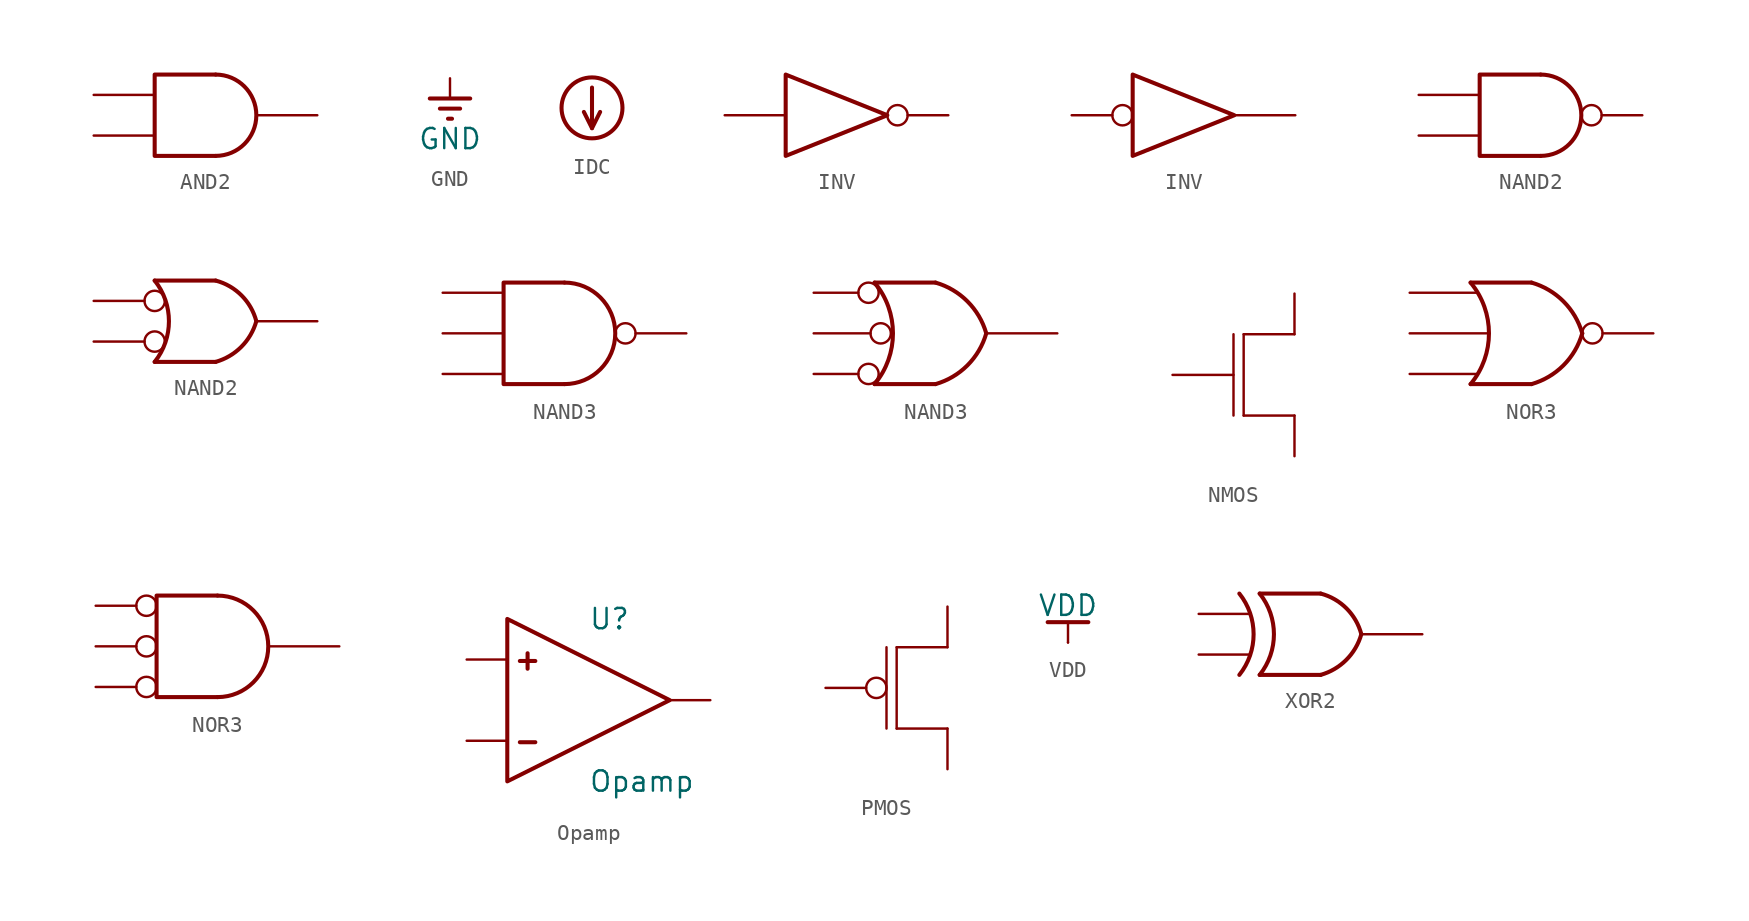
<source format=kicad_sym>
(kicad_symbol_lib
  (version 20211014)
  (generator kicad_symbol_editor)
  (symbol "AND2"
    (pin_numbers hide)
    (pin_names
      (offset 1.016) hide)
    (property "Reference" "U"
      (at -2.54 3.81 0)
      (effects (font (size 1.27 1.27)) hide))
    (symbol "AND2_0_1"
      (arc (start 0 -2.54) (mid 2.54 0) (end 0 2.54) (stroke (width 0.254) (type default) (color 0 0 0 0)) (fill (type none)))
      (polyline (pts (xy 0 -2.54) (xy -3.81 -2.54) (xy -3.81 2.54) (xy 0 2.54)) (stroke (width 0.254) (type default) (color 0 0 0 0)) (fill (type none))))
    (symbol "AND2_1_1"
      (pin input line (at -7.62 1.27 0) (length 3.81) (name "~" (effects (font (size 1.016 1.016)))) (number "1" (effects (font (size 1.016 1.016)))))
      (pin input line (at -7.62 -1.27 0) (length 3.81) (name "~" (effects (font (size 1.016 1.016)))) (number "2" (effects (font (size 1.016 1.016)))))
      (pin output line (at 6.35 0 180) (length 3.81) (name "~" (effects (font (size 1.016 1.016)))) (number "4" (effects (font (size 1.016 1.016)))))))
  (symbol "GND"
    (power)
    (pin_names
      (offset 0))
    (property "Reference" "#PWR"
      (at 0 -6.35 0)
      (effects (font (size 1.27 1.27)) hide))
    (property "Value" "GND"
      (at 0 -3.81 0)
      (effects (font (size 1.27 1.27))))
    (symbol "GND_0_1"
      (polyline (pts (xy -0.635 -1.905) (xy 0.635 -1.905)) (stroke (width 0.254) (type default) (color 0 0 0 0)) (fill (type none)))
      (polyline (pts (xy -0.127 -2.54) (xy 0.127 -2.54)) (stroke (width 0.254) (type default) (color 0 0 0 0)) (fill (type none)))
      (polyline (pts (xy 0 -1.27) (xy 0 0)) (stroke (width 0) (type default) (color 0 0 0 0)) (fill (type none)))
      (polyline (pts (xy 1.27 -1.27) (xy -1.27 -1.27)) (stroke (width 0.254) (type default) (color 0 0 0 0)) (fill (type none))))
    (symbol "GND_1_1"
      (pin power_in line (at 0 0 270) (length 0) hide (name "GNDREF" (effects (font (size 1.27 1.27)))) (number "1" (effects (font (size 1.27 1.27)))))))
  (symbol "IDC"
    (pin_numbers hide)
    (pin_names
      (offset 0) hide)
    (property "Reference" "I"
      (at 0 1.27 0)
      (effects (font (size 1.27 1.27)) hide))
    (symbol "IDC_0_1"
      (polyline (pts (xy 0 1.905) (xy 0 -0.635)) (stroke (width 0.254) (type default) (color 0 0 0 0)) (fill (type none)))
      (polyline (pts (xy -0.508 0.381) (xy 0 -0.635) (xy 0.508 0.381)) (stroke (width 0.254) (type default) (color 0 0 0 0)) (fill (type none)))
      (circle (center 0 0.635) (radius 1.905) (stroke (width 0.254) (type default) (color 0 0 0 0)) (fill (type none))))
    (symbol "IDC_1_1"
      (pin passive line (at 0 2.54 90) (length 0) (name "1" (effects (font (size 1.27 1.27)))) (number "1" (effects (font (size 1.27 1.27)))))
      (pin passive line (at 0 -1.27 270) (length 0) (name "2" (effects (font (size 1.27 1.27)))) (number "2" (effects (font (size 1.27 1.27)))))))
  (symbol "INV"
    (pin_numbers hide)
    (pin_names
      (offset 1.016) hide)
    (property "Reference" "U"
      (at -2.54 3.81 0)
      (effects (font (size 1.27 1.27)) hide))
    (symbol "INV_0_1"
      (polyline (pts (xy -3.81 2.54) (xy -3.81 -2.54) (xy 2.54 0) (xy -3.81 2.54)) (stroke (width 0.254) (type default) (color 0 0 0 0)) (fill (type none))))
    (symbol "INV_1_1"
      (pin input line (at -7.62 0 0) (length 3.81) (name "~" (effects (font (size 1.016 1.016)))) (number "2" (effects (font (size 1.016 1.016)))))
      (pin tri_state inverted (at 6.35 0 180) (length 3.81) (name "~" (effects (font (size 1.016 1.016)))) (number "6" (effects (font (size 1.016 1.016))))))
    (symbol "INV_1_2"
      (polyline (pts (xy -3.81 2.54) (xy -3.81 -2.54) (xy 2.54 0) (xy -3.81 2.54)) (stroke (width 0.254) (type default) (color 0 0 0 0)) (fill (type none)))
      (pin input inverted (at -7.62 0 0) (length 3.81) (name "~" (effects (font (size 1.016 1.016)))) (number "2" (effects (font (size 1.016 1.016)))))
      (pin tri_state line (at 6.35 0 180) (length 3.81) (name "~" (effects (font (size 1.016 1.016)))) (number "6" (effects (font (size 1.016 1.016)))))))
  (symbol "NAND2"
    (pin_numbers hide)
    (pin_names
      (offset 1.016) hide)
    (property "Reference" "U"
      (at -2.54 3.81 0)
      (effects (font (size 1.27 1.27)) hide))
    (symbol "NAND2_0_1"
      (arc (start 0 -2.54) (mid 2.54 0) (end 0 2.54) (stroke (width 0.254) (type default) (color 0 0 0 0)) (fill (type none)))
      (polyline (pts (xy 0 -2.54) (xy -3.81 -2.54) (xy -3.81 2.54) (xy 0 2.54)) (stroke (width 0.254) (type default) (color 0 0 0 0)) (fill (type none))))
    (symbol "NAND2_1_1"
      (pin input line (at -7.62 1.27 0) (length 3.81) (name "~" (effects (font (size 1.016 1.016)))) (number "1" (effects (font (size 1.016 1.016)))))
      (pin input line (at -7.62 -1.27 0) (length 3.81) (name "~" (effects (font (size 1.016 1.016)))) (number "2" (effects (font (size 1.016 1.016)))))
      (pin output inverted (at 6.35 0 180) (length 3.81) (name "~" (effects (font (size 1.016 1.016)))) (number "4" (effects (font (size 1.016 1.016))))))
    (symbol "NAND2_1_2"
      (arc (start -3.81 -2.54) (mid -2.919 0) (end -3.81 2.54) (stroke (width 0.254) (type default) (color 0 0 0 0)) (fill (type none)))
      (arc (start 0 -2.54) (mid 1.5993 -1.6027) (end 2.54 0) (stroke (width 0.254) (type default) (color 0 0 0 0)) (fill (type none)))
      (polyline (pts (xy 0 -2.54) (xy -3.81 -2.54)) (stroke (width 0.254) (type default) (color 0 0 0 0)) (fill (type background)))
      (polyline (pts (xy 0 2.54) (xy -3.81 2.54)) (stroke (width 0.254) (type default) (color 0 0 0 0)) (fill (type background)))
      (arc (start 2.54 0) (mid 1.6119 1.6152) (end 0 2.54) (stroke (width 0.254) (type default) (color 0 0 0 0)) (fill (type none)))
      (pin input inverted (at -7.62 1.27 0) (length 4.445) (name "~" (effects (font (size 1.016 1.016)))) (number "1" (effects (font (size 1.016 1.016)))))
      (pin input inverted (at -7.62 -1.27 0) (length 4.445) (name "~" (effects (font (size 1.016 1.016)))) (number "2" (effects (font (size 1.016 1.016)))))
      (pin output line (at 6.35 0 180) (length 3.81) (name "~" (effects (font (size 1.016 1.016)))) (number "4" (effects (font (size 1.016 1.016)))))))
  (symbol "NAND3"
    (pin_numbers hide)
    (pin_names
      (offset 1.016) hide)
    (property "Reference" "U"
      (at -2.54 5.08 0)
      (effects (font (size 1.27 1.27)) hide))
    (symbol "NAND3_0_1"
      (arc (start 0 -3.175) (mid 3.175 0) (end 0 3.175) (stroke (width 0.254) (type default) (color 0 0 0 0)) (fill (type none)))
      (polyline (pts (xy 0 -3.175) (xy -3.81 -3.175) (xy -3.81 3.175) (xy 0 3.175)) (stroke (width 0.254) (type default) (color 0 0 0 0)) (fill (type none))))
    (symbol "NAND3_1_1"
      (pin input line (at -7.62 0 0) (length 3.81) (name "~" (effects (font (size 1.016 1.016)))) (number "1" (effects (font (size 1.016 1.016)))))
      (pin input line (at -7.62 -2.54 0) (length 3.81) (name "~" (effects (font (size 1.016 1.016)))) (number "3" (effects (font (size 1.016 1.016)))))
      (pin output inverted (at 7.62 0 180) (length 4.445) (name "~" (effects (font (size 1.016 1.016)))) (number "4" (effects (font (size 1.016 1.016)))))
      (pin input line (at -7.62 2.54 0) (length 3.81) (name "~" (effects (font (size 1.016 1.016)))) (number "6" (effects (font (size 1.016 1.016))))))
    (symbol "NAND3_1_2"
      (arc (start -3.81 -3.175) (mid -2.6605 0) (end -3.81 3.175) (stroke (width 0.254) (type default) (color 0 0 0 0)) (fill (type none)))
      (arc (start 0 -3.175) (mid 1.9989 -1.9989) (end 3.175 0) (stroke (width 0.254) (type default) (color 0 0 0 0)) (fill (type none)))
      (polyline (pts (xy 0 -3.175) (xy -3.81 -3.175)) (stroke (width 0.254) (type default) (color 0 0 0 0)) (fill (type none)))
      (polyline (pts (xy 0 3.175) (xy -3.81 3.175)) (stroke (width 0.254) (type default) (color 0 0 0 0)) (fill (type none)))
      (arc (start 3.175 0) (mid 1.9989 1.9989) (end 0 3.175) (stroke (width 0.254) (type default) (color 0 0 0 0)) (fill (type none)))
      (pin input inverted (at -7.62 0 0) (length 4.826) (name "~" (effects (font (size 1.016 1.016)))) (number "1" (effects (font (size 1.016 1.016)))))
      (pin input inverted (at -7.62 -2.54 0) (length 4.064) (name "~" (effects (font (size 1.016 1.016)))) (number "3" (effects (font (size 1.016 1.016)))))
      (pin output line (at 7.62 0 180) (length 4.445) (name "~" (effects (font (size 1.016 1.016)))) (number "4" (effects (font (size 1.016 1.016)))))
      (pin input inverted (at -7.62 2.54 0) (length 4.064) (name "~" (effects (font (size 1.016 1.016)))) (number "6" (effects (font (size 1.016 1.016)))))))
  (symbol "NMOS"
    (pin_numbers hide)
    (pin_names
      (offset 0) hide)
    (property "Reference" "M"
      (at -2.54 1.27 0)
      (effects (font (size 1.27 1.27)) (justify left) hide))
    (symbol "NMOS_0_1"
      (polyline (pts (xy -1.27 -2.54) (xy -1.27 2.54)) (stroke (width 0) (type default) (color 0 0 0 0)) (fill (type none)))
      (polyline (pts (xy -0.635 -2.54) (xy 2.54 -2.54)) (stroke (width 0) (type default) (color 0 0 0 0)) (fill (type none)))
      (polyline (pts (xy 2.54 2.54) (xy -0.635 2.54)) (stroke (width 0) (type default) (color 0 0 0 0)) (fill (type none))))
    (symbol "NMOS_1_1"
      (polyline (pts (xy -0.635 -2.54) (xy -0.635 2.54)) (stroke (width 0) (type default) (color 0 0 0 0)) (fill (type none)))
      (pin passive line (at 2.54 5.08 270) (length 2.54) (name "D" (effects (font (size 1.27 1.27)))) (number "1" (effects (font (size 1.27 1.27)))))
      (pin input line (at -5.08 0 0) (length 3.81) (name "G" (effects (font (size 1.27 1.27)))) (number "2" (effects (font (size 1.27 1.27)))))
      (pin passive line (at 2.54 -5.08 90) (length 2.54) (name "S" (effects (font (size 1.27 1.27)))) (number "3" (effects (font (size 1.27 1.27)))))))
  (symbol "NOR3"
    (pin_numbers hide)
    (pin_names
      (offset 1.016) hide)
    (property "Reference" "U"
      (at -2.54 5.08 0)
      (effects (font (size 1.27 1.27)) hide))
    (symbol "NOR3_0_1"
      (arc (start -3.81 -3.175) (mid -2.6605 0) (end -3.81 3.175) (stroke (width 0.254) (type default) (color 0 0 0 0)) (fill (type none)))
      (arc (start 0 -3.175) (mid 1.9989 -1.9989) (end 3.175 0) (stroke (width 0.254) (type default) (color 0 0 0 0)) (fill (type none)))
      (polyline (pts (xy 0 -3.175) (xy -3.81 -3.175)) (stroke (width 0.254) (type default) (color 0 0 0 0)) (fill (type none)))
      (polyline (pts (xy 0 3.175) (xy -3.81 3.175)) (stroke (width 0.254) (type default) (color 0 0 0 0)) (fill (type none)))
      (arc (start 3.175 0) (mid 1.9989 1.9989) (end 0 3.175) (stroke (width 0.254) (type default) (color 0 0 0 0)) (fill (type none))))
    (symbol "NOR3_1_1"
      (pin input line (at -7.62 0 0) (length 4.826) (name "~" (effects (font (size 1.016 1.016)))) (number "1" (effects (font (size 1.016 1.016)))))
      (pin input line (at -7.62 -2.54 0) (length 4.191) (name "~" (effects (font (size 1.016 1.016)))) (number "3" (effects (font (size 1.016 1.016)))))
      (pin output inverted (at 7.62 0 180) (length 4.445) (name "~" (effects (font (size 1.016 1.016)))) (number "4" (effects (font (size 1.016 1.016)))))
      (pin input line (at -7.62 2.54 0) (length 4.191) (name "~" (effects (font (size 1.016 1.016)))) (number "6" (effects (font (size 1.016 1.016))))))
    (symbol "NOR3_1_2"
      (arc (start 0 -3.175) (mid 3.175 0) (end 0 3.175) (stroke (width 0.254) (type default) (color 0 0 0 0)) (fill (type none)))
      (polyline (pts (xy 0 -3.175) (xy -3.81 -3.175) (xy -3.81 3.175) (xy 0 3.175)) (stroke (width 0.254) (type default) (color 0 0 0 0)) (fill (type none)))
      (pin input inverted (at -7.62 0 0) (length 3.81) (name "~" (effects (font (size 1.016 1.016)))) (number "1" (effects (font (size 1.016 1.016)))))
      (pin input inverted (at -7.62 -2.54 0) (length 3.81) (name "~" (effects (font (size 1.016 1.016)))) (number "3" (effects (font (size 1.016 1.016)))))
      (pin output line (at 7.62 0 180) (length 4.445) (name "~" (effects (font (size 1.016 1.016)))) (number "4" (effects (font (size 1.016 1.016)))))
      (pin input inverted (at -7.62 2.54 0) (length 3.81) (name "~" (effects (font (size 1.016 1.016)))) (number "6" (effects (font (size 1.016 1.016)))))))
  (symbol "Opamp"
    (pin_numbers hide)
    (pin_names hide)
    (property "Reference" "U"
      (at 0 5.08 0)
      (effects (font (size 1.27 1.27)) (justify left)))
    (property "Value" "Opamp"
      (at 0 -5.08 0)
      (effects (font (size 1.27 1.27)) (justify left)))
    (symbol "Opamp_0_0"
      (text "+" (at -3.81 2.54 0) (effects (font (size 1.27 1.27) bold)))
      (text "-" (at -3.81 -2.54 0) (effects (font (size 1.27 1.27) bold))))
    (symbol "Opamp_1_1"
      (polyline (pts (xy -5.08 5.08) (xy 5.08 0) (xy -5.08 -5.08) (xy -5.08 5.08)) (stroke (width 0.254) (type default) (color 0 0 0 0)) (fill (type none)))
      (pin output line (at 7.62 0 180) (length 2.54) (name "~" (effects (font (size 1.27 1.27)))) (number "1" (effects (font (size 1.27 1.27)))))
      (pin input line (at -7.62 -2.54 0) (length 2.54) (name "-" (effects (font (size 1.27 1.27)))) (number "2" (effects (font (size 1.27 1.27)))))
      (pin input line (at -7.62 2.54 0) (length 2.54) (name "+" (effects (font (size 1.27 1.27)))) (number "3" (effects (font (size 1.27 1.27)))))))
  (symbol "PMOS"
    (pin_numbers hide)
    (pin_names
      (offset 0) hide)
    (property "Reference" "M"
      (at -2.54 1.27 0)
      (effects (font (size 1.27 1.27)) (justify left) hide))
    (symbol "PMOS_0_1"
      (circle (center -1.905 0) (radius 0.635) (stroke (width 0) (type default) (color 0 0 0 0)) (fill (type none)))
      (polyline (pts (xy -1.27 -2.54) (xy -1.27 2.54)) (stroke (width 0) (type default) (color 0 0 0 0)) (fill (type none)))
      (polyline (pts (xy -0.635 -2.54) (xy 2.54 -2.54)) (stroke (width 0) (type default) (color 0 0 0 0)) (fill (type none)))
      (polyline (pts (xy 2.54 2.54) (xy -0.635 2.54)) (stroke (width 0) (type default) (color 0 0 0 0)) (fill (type none))))
    (symbol "PMOS_1_1"
      (polyline (pts (xy -0.635 -2.54) (xy -0.635 2.54)) (stroke (width 0) (type default) (color 0 0 0 0)) (fill (type none)))
      (pin passive line (at 2.54 5.08 270) (length 2.54) (name "D" (effects (font (size 1.27 1.27)))) (number "1" (effects (font (size 1.27 1.27)))))
      (pin input line (at -5.08 0 0) (length 2.54) (name "G" (effects (font (size 1.27 1.27)))) (number "2" (effects (font (size 1.27 1.27)))))
      (pin passive line (at 2.54 -5.08 90) (length 2.54) (name "S" (effects (font (size 1.27 1.27)))) (number "3" (effects (font (size 1.27 1.27)))))))
  (symbol "VDD"
    (pin_numbers hide)
    (pin_names
      (offset 0) hide)
    (property "Reference" "V"
      (at 0 0 0)
      (effects (font (size 1.27 1.27)) hide))
    (property "Value" "VDD"
      (at 0 3.048 0)
      (effects (font (size 1.27 1.27)) (justify top)))
    (symbol "VDD_0_1"
      (polyline (pts (xy -1.27 1.27) (xy 1.27 1.27)) (stroke (width 0.254) (type default) (color 0 0 0 0)) (fill (type none)))
      (polyline (pts (xy 0 0) (xy 0 1.27)) (stroke (width 0) (type default) (color 0 0 0 0)) (fill (type none))))
    (symbol "VDD_1_1"
      (pin passive line (at 0 0 90) (length 0) (name "1" (effects (font (size 1.27 1.27)))) (number "1" (effects (font (size 1.27 1.27)))))))
  (symbol "XOR2"
    (pin_numbers hide)
    (pin_names
      (offset 1.016) hide)
    (property "Reference" "U"
      (at -2.54 3.81 0)
      (effects (font (size 1.27 1.27)) hide))
    (symbol "XOR2_0_1"
      (arc (start -5.08 -2.54) (mid -4.189 0) (end -5.08 2.54) (stroke (width 0.254) (type default) (color 0 0 0 0)) (fill (type none)))
      (arc (start -3.81 -2.54) (mid -2.919 0) (end -3.81 2.54) (stroke (width 0.254) (type default) (color 0 0 0 0)) (fill (type none)))
      (arc (start 0 -2.54) (mid 1.5993 -1.6027) (end 2.54 0) (stroke (width 0.254) (type default) (color 0 0 0 0)) (fill (type none)))
      (polyline (pts (xy 0 -2.54) (xy -3.81 -2.54)) (stroke (width 0.254) (type default) (color 0 0 0 0)) (fill (type background)))
      (polyline (pts (xy 0 2.54) (xy -3.81 2.54)) (stroke (width 0.254) (type default) (color 0 0 0 0)) (fill (type background)))
      (arc (start 2.54 0) (mid 1.6119 1.6152) (end 0 2.54) (stroke (width 0.254) (type default) (color 0 0 0 0)) (fill (type none))))
    (symbol "XOR2_1_1"
      (pin input line (at -7.62 1.27 0) (length 3.175) (name "~" (effects (font (size 1.016 1.016)))) (number "1" (effects (font (size 1.016 1.016)))))
      (pin input line (at -7.62 -1.27 0) (length 3.175) (name "~" (effects (font (size 1.016 1.016)))) (number "2" (effects (font (size 1.016 1.016)))))
      (pin output line (at 6.35 0 180) (length 3.81) (name "~" (effects (font (size 1.016 1.016)))) (number "4" (effects (font (size 1.016 1.016))))))))
</source>
